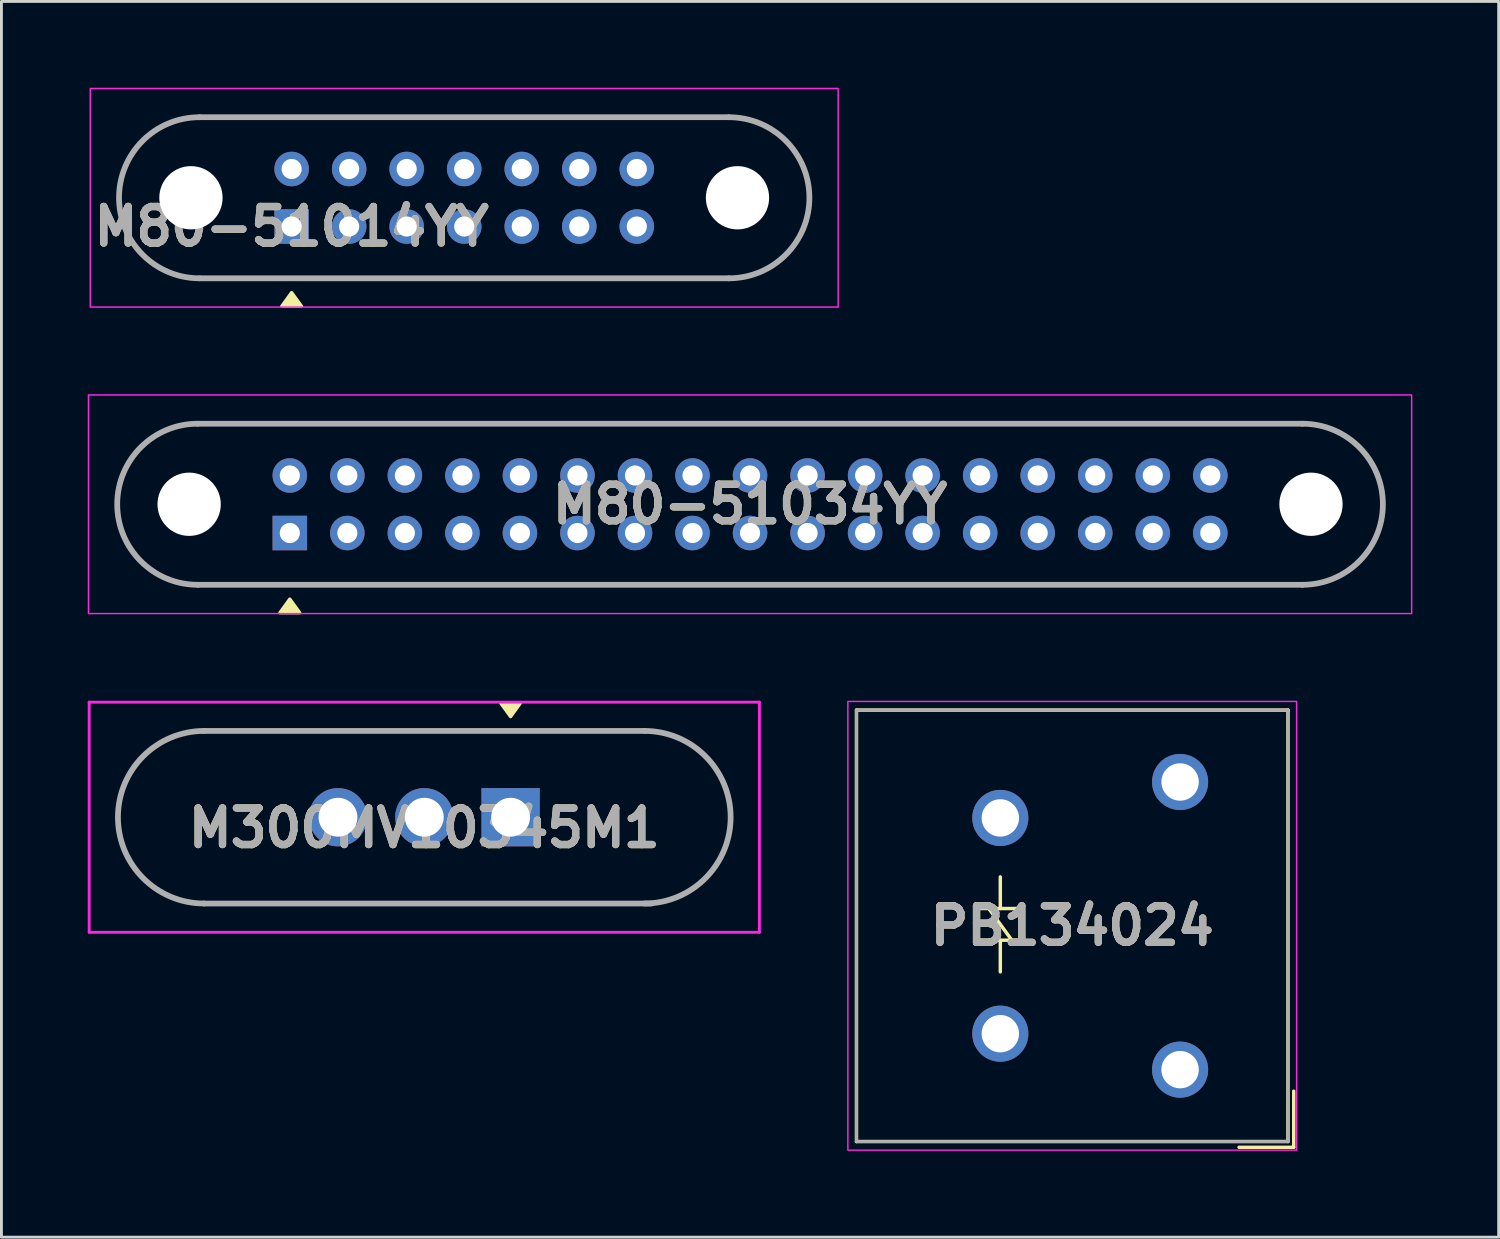
<source format=kicad_pcb>
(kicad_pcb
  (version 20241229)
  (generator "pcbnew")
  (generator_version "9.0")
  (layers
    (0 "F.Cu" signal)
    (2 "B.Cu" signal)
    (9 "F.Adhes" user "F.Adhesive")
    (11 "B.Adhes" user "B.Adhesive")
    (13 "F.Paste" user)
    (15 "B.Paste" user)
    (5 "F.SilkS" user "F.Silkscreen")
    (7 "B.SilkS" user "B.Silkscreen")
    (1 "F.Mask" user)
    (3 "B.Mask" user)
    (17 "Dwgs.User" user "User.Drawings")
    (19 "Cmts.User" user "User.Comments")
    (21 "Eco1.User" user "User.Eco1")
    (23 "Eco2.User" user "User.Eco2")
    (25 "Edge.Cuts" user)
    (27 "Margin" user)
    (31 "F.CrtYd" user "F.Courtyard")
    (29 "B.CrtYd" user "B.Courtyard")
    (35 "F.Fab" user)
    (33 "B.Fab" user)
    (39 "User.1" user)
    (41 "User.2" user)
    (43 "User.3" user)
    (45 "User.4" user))
  (footprint "PB134024"
    (layer "F.Cu")
    (at 34.225 29.135)
    (property "Reference" "PB134024" (at 0 0 0) (layer "F.SilkS") (effects (font (size 1.27 1.27) (thickness 0.254))))
    (attr through_hole)
    (fp_line (start -7.5 -7.5) (end -7.5 7.5) (stroke (width 0.12) (type solid)) (layer "F.SilkS"))
    (fp_line (start -7.5 7.5) (end 7.5 7.5) (stroke (width 0.12) (type solid)) (layer "F.SilkS"))
    (fp_line (start -3.3 -0.6) (end -3.3 0.5) (stroke (width 0.12) (type solid)) (layer "F.SilkS"))
    (fp_line (start -3.3 0.5) (end -1.7 0.5) (stroke (width 0.12) (type solid)) (layer "F.SilkS"))
    (fp_line (start -2.5 -0.6) (end -2.5 -1.7) (stroke (width 0.12) (type solid)) (layer "F.SilkS"))
    (fp_line (start -2.5 0.5) (end -2.5 1.6) (stroke (width 0.12) (type solid)) (layer "F.SilkS"))
    (fp_line (start -2.1 0.5) (end -2.9 -0.6) (stroke (width 0.12) (type solid)) (layer "F.SilkS"))
    (fp_line (start -1.7 -0.6) (end -3.3 -0.6) (stroke (width 0.12) (type solid)) (layer "F.SilkS"))
    (fp_line (start -1.7 0.5) (end -1.7 -0.6) (stroke (width 0.12) (type solid)) (layer "F.SilkS"))
    (fp_line (start 7.5 -7.5) (end -7.5 -7.5) (stroke (width 0.12) (type solid)) (layer "F.SilkS"))
    (fp_line (start 7.5 7.5) (end 7.5 -7.5) (stroke (width 0.12) (type solid)) (layer "F.SilkS"))
    (fp_line (start 7.7 5.75) (end 7.7 7.7) (stroke (width 0.12) (type solid)) (layer "F.SilkS"))
    (fp_line (start 7.7 7.7) (end 5.8 7.7) (stroke (width 0.12) (type solid)) (layer "F.SilkS"))
    (fp_rect (start -7.8 -7.8) (end 7.8 7.8) (stroke (width 0.05) (type default)) (fill no) (layer "F.CrtYd"))
    (fp_line (start -7.5 -7.5) (end -7.5 7.5) (stroke (width 0.1) (type solid)) (layer "F.Fab"))
    (fp_line (start -7.5 7.5) (end 7.5 7.5) (stroke (width 0.1) (type solid)) (layer "F.Fab"))
    (fp_line (start 7.5 -7.5) (end -7.5 -7.5) (stroke (width 0.1) (type solid)) (layer "F.Fab"))
    (fp_line (start 7.5 7.5) (end 7.5 -7.5) (stroke (width 0.1) (type solid)) (layer "F.Fab"))
    (fp_text user "${REFERENCE}" (at 0 0 0) (layer "F.Fab") (effects (font (size 1.27 1.27) (thickness 0.254))))
    (pad "11" thru_hole circle (at 3.75 5) (size 1.95 1.95) (drill 1.3) (layers "*.Cu" "*.Mask"))
    (pad "14" thru_hole circle (at 3.75 -5) (size 1.95 1.95) (drill 1.3) (layers "*.Cu" "*.Mask"))
    (pad "A1" thru_hole circle (at -2.5 3.75) (size 1.95 1.95) (drill 1.3) (layers "*.Cu" "*.Mask"))
    (pad "A2" thru_hole circle (at -2.5 -3.75) (size 1.95 1.95) (drill 1.3) (layers "*.Cu" "*.Mask")))
  (footprint "M300MV10345M1"
    (layer "F.Cu")
    (at 11.7 25.36)
    (property "Reference" "M300MV10345M1" (at 0 0.375 180) (layer "F.SilkS") (effects (font (size 1.27 1.27) (thickness 0.254))))
    (attr through_hole)
    (fp_line (start -7.65 3) (end 7.65 3) (stroke (width 0.1) (type solid)) (layer "F.SilkS"))
    (fp_line (start 7.65 -3) (end -7.65 -3) (stroke (width 0.1) (type solid)) (layer "F.SilkS"))
    (fp_arc (start -7.65 3) (mid -10.65 0) (end -7.65 -3) (stroke (width 0.1) (type default)) (layer "F.SilkS"))
    (fp_arc (start 7.65 -3) (mid 10.65 0) (end 7.65 3) (stroke (width 0.1) (type default)) (layer "F.SilkS"))
    (fp_poly (pts (xy 3 -3.5) (xy 2.66 -3.97) (xy 3.34 -3.97) (xy 3 -3.5)) (stroke (width 0.12) (type solid)) (fill yes) (layer "F.SilkS"))
    (fp_line (start -11.65 -4) (end -11.65 4) (stroke (width 0.1) (type solid)) (layer "F.CrtYd"))
    (fp_line (start -11.65 4) (end 11.65 4) (stroke (width 0.1) (type solid)) (layer "F.CrtYd"))
    (fp_line (start 11.65 -4) (end -11.65 -4) (stroke (width 0.1) (type solid)) (layer "F.CrtYd"))
    (fp_line (start 11.65 4) (end 11.65 -4) (stroke (width 0.1) (type solid)) (layer "F.CrtYd"))
    (fp_line (start -7.65 -3) (end 7.65 -3) (stroke (width 0.2) (type solid)) (layer "F.Fab"))
    (fp_line (start 7.9 3) (end -7.65 3) (stroke (width 0.2) (type solid)) (layer "F.Fab"))
    (fp_arc (start -7.65 3) (mid -10.65 0) (end -7.65 -3) (stroke (width 0.2) (type default)) (layer "F.Fab"))
    (fp_arc (start 7.65 -3) (mid 10.65 0) (end 7.65 3) (stroke (width 0.2) (type default)) (layer "F.Fab"))
    (fp_text user "${REFERENCE}" (at 0 0.375 180) (layer "F.Fab") (effects (font (size 1.27 1.27) (thickness 0.254))))
    (pad "1" thru_hole rect (at 3 0) (size 2.025 2.025) (drill 1.35) (layers "*.Cu" "*.Mask"))
    (pad "2" thru_hole circle (at 0 0) (size 2.025 2.025) (drill 1.35) (layers "*.Cu" "*.Mask"))
    (pad "3" thru_hole circle (at -3 0) (size 2.025 2.025) (drill 1.35) (layers "*.Cu" "*.Mask")))
  (footprint "M80-51034YY"
    (layer "F.Cu")
    (at 23.025 14.48)
    (property "Reference" "M80-51034YY" (at 0 0 0) (layer "F.SilkS") (effects (font (size 1.27 1.27) (thickness 0.254))))
    (attr through_hole)
    (fp_line (start -19.2 -2.8) (end 19.175 -2.8) (stroke (width 0.1) (type solid)) (layer "F.SilkS"))
    (fp_line (start 19.175 2.8) (end -19.2 2.8) (stroke (width 0.1) (type solid)) (layer "F.SilkS"))
    (fp_arc (start -19.199999 2.8) (mid -21.999917 0) (end -19.2 -2.8) (stroke (width 0.1) (type solid)) (layer "F.SilkS"))
    (fp_arc (start 19.175 -2.799999) (mid 22.000111 0) (end 19.175 2.799999) (stroke (width 0.1) (type solid)) (layer "F.SilkS"))
    (fp_poly (pts (xy -16 3.3) (xy -15.66 3.77) (xy -16.34 3.77) (xy -16 3.3)) (stroke (width 0.12) (type solid)) (fill yes) (layer "F.SilkS"))
    (fp_rect (start -23 -3.8) (end 23 3.8) (stroke (width 0.05) (type default)) (fill no) (layer "F.CrtYd"))
    (fp_line (start -19.2 -2.8) (end 19.2 -2.8) (stroke (width 0.2) (type solid)) (layer "F.Fab"))
    (fp_line (start 19.2 2.8) (end -19.2 2.8) (stroke (width 0.2) (type solid)) (layer "F.Fab"))
    (fp_arc (start -19.2 2.8) (mid -22 0) (end -19.2 -2.8) (stroke (width 0.2) (type solid)) (layer "F.Fab"))
    (fp_arc (start 19.2 -2.8) (mid 22 0) (end 19.2 2.8) (stroke (width 0.2) (type solid)) (layer "F.Fab"))
    (fp_text user "${REFERENCE}" (at 0 0 0) (layer "F.Fab") (effects (font (size 1.27 1.27) (thickness 0.254))))
    (pad "" np_thru_hole circle (at -19.5 0) (size 2.2 2.2) (drill 2.2) (layers "*.Cu" "*.Mask"))
    (pad "" np_thru_hole circle (at 19.5 0) (size 2.2 2.2) (drill 2.2) (layers "*.Cu" "*.Mask"))
    (pad "1" thru_hole rect (at -16 1) (size 1.2 1.2) (drill 0.7) (layers "*.Cu" "*.Mask"))
    (pad "2" thru_hole circle (at -14 1) (size 1.2 1.2) (drill 0.7) (layers "*.Cu" "*.Mask"))
    (pad "3" thru_hole circle (at -12 1) (size 1.2 1.2) (drill 0.7) (layers "*.Cu" "*.Mask"))
    (pad "4" thru_hole circle (at -10 1) (size 1.2 1.2) (drill 0.7) (layers "*.Cu" "*.Mask"))
    (pad "5" thru_hole circle (at -8 1) (size 1.2 1.2) (drill 0.7) (layers "*.Cu" "*.Mask"))
    (pad "6" thru_hole circle (at -6 1) (size 1.2 1.2) (drill 0.7) (layers "*.Cu" "*.Mask"))
    (pad "7" thru_hole circle (at -4 1) (size 1.2 1.2) (drill 0.7) (layers "*.Cu" "*.Mask"))
    (pad "8" thru_hole circle (at -2 1) (size 1.2 1.2) (drill 0.7) (layers "*.Cu" "*.Mask"))
    (pad "9" thru_hole circle (at 0 1) (size 1.2 1.2) (drill 0.7) (layers "*.Cu" "*.Mask"))
    (pad "10" thru_hole circle (at 2 1) (size 1.2 1.2) (drill 0.7) (layers "*.Cu" "*.Mask"))
    (pad "11" thru_hole circle (at 4 1) (size 1.2 1.2) (drill 0.7) (layers "*.Cu" "*.Mask"))
    (pad "12" thru_hole circle (at 6 1) (size 1.2 1.2) (drill 0.7) (layers "*.Cu" "*.Mask"))
    (pad "13" thru_hole circle (at 8 1) (size 1.2 1.2) (drill 0.7) (layers "*.Cu" "*.Mask"))
    (pad "14" thru_hole circle (at 10 1) (size 1.2 1.2) (drill 0.7) (layers "*.Cu" "*.Mask"))
    (pad "15" thru_hole circle (at 12 1) (size 1.2 1.2) (drill 0.7) (layers "*.Cu" "*.Mask"))
    (pad "16" thru_hole circle (at 14 1) (size 1.2 1.2) (drill 0.7) (layers "*.Cu" "*.Mask"))
    (pad "17" thru_hole circle (at 16 1) (size 1.2 1.2) (drill 0.7) (layers "*.Cu" "*.Mask"))
    (pad "18" thru_hole circle (at -16 -1) (size 1.2 1.2) (drill 0.7) (layers "*.Cu" "*.Mask"))
    (pad "19" thru_hole circle (at -14 -1) (size 1.2 1.2) (drill 0.7) (layers "*.Cu" "*.Mask"))
    (pad "20" thru_hole circle (at -12 -1) (size 1.2 1.2) (drill 0.7) (layers "*.Cu" "*.Mask"))
    (pad "21" thru_hole circle (at -10 -1) (size 1.2 1.2) (drill 0.7) (layers "*.Cu" "*.Mask"))
    (pad "22" thru_hole circle (at -8 -1) (size 1.2 1.2) (drill 0.7) (layers "*.Cu" "*.Mask"))
    (pad "23" thru_hole circle (at -6 -1) (size 1.2 1.2) (drill 0.7) (layers "*.Cu" "*.Mask"))
    (pad "24" thru_hole circle (at -4 -1) (size 1.2 1.2) (drill 0.7) (layers "*.Cu" "*.Mask"))
    (pad "25" thru_hole circle (at -2 -1) (size 1.2 1.2) (drill 0.7) (layers "*.Cu" "*.Mask"))
    (pad "26" thru_hole circle (at 0 -1) (size 1.2 1.2) (drill 0.7) (layers "*.Cu" "*.Mask"))
    (pad "27" thru_hole circle (at 2 -1) (size 1.2 1.2) (drill 0.7) (layers "*.Cu" "*.Mask"))
    (pad "28" thru_hole circle (at 4 -1) (size 1.2 1.2) (drill 0.7) (layers "*.Cu" "*.Mask"))
    (pad "29" thru_hole circle (at 6 -1) (size 1.2 1.2) (drill 0.7) (layers "*.Cu" "*.Mask"))
    (pad "30" thru_hole circle (at 8 -1) (size 1.2 1.2) (drill 0.7) (layers "*.Cu" "*.Mask"))
    (pad "31" thru_hole circle (at 10 -1) (size 1.2 1.2) (drill 0.7) (layers "*.Cu" "*.Mask"))
    (pad "32" thru_hole circle (at 12 -1) (size 1.2 1.2) (drill 0.7) (layers "*.Cu" "*.Mask"))
    (pad "33" thru_hole circle (at 14 -1) (size 1.2 1.2) (drill 0.7) (layers "*.Cu" "*.Mask"))
    (pad "34" thru_hole circle (at 16 -1) (size 1.2 1.2) (drill 0.7) (layers "*.Cu" "*.Mask")))
  (footprint "M80-51014YY"
    (layer "F.Cu")
    (at 13.088 3.825)
    (property "Reference" "M80-51014YY" (at -6 1 0) (layer "F.SilkS") (effects (font (size 1.27 1.27) (thickness 0.254))))
    (attr through_hole)
    (fp_line (start -9.2 -2.8) (end 9.2 -2.8) (stroke (width 0.1) (type solid)) (layer "F.SilkS"))
    (fp_line (start 9.2 2.8) (end -9.2 2.8) (stroke (width 0.1) (type solid)) (layer "F.SilkS"))
    (fp_arc (start -9.2 2.8) (mid -12 0) (end -9.2 -2.8) (stroke (width 0.1) (type solid)) (layer "F.SilkS"))
    (fp_arc (start 9.2 -2.8) (mid 12 0) (end 9.2 2.8) (stroke (width 0.1) (type solid)) (layer "F.SilkS"))
    (fp_poly (pts (xy -6 3.3) (xy -5.66 3.77) (xy -6.34 3.77) (xy -6 3.3)) (stroke (width 0.12) (type solid)) (fill yes) (layer "F.SilkS"))
    (fp_rect (start -13 -3.8) (end 13 3.8) (stroke (width 0.05) (type default)) (fill no) (layer "F.CrtYd"))
    (fp_line (start -9.2 -2.8) (end 9.2 -2.8) (stroke (width 0.2) (type solid)) (layer "F.Fab"))
    (fp_line (start 9.2 2.8) (end -9.2 2.8) (stroke (width 0.2) (type solid)) (layer "F.Fab"))
    (fp_arc (start -9.2 2.8) (mid -12 0) (end -9.2 -2.8) (stroke (width 0.2) (type solid)) (layer "F.Fab"))
    (fp_arc (start 9.2 -2.8) (mid 12 0) (end 9.2 2.8) (stroke (width 0.2) (type solid)) (layer "F.Fab"))
    (fp_text user "${REFERENCE}" (at -6 1 0) (layer "F.Fab") (effects (font (size 1.27 1.27) (thickness 0.254))))
    (pad "" np_thru_hole circle (at -9.5 0) (size 2.2 2.2) (drill 2.2) (layers "*.Cu" "*.Mask"))
    (pad "" np_thru_hole circle (at 9.5 0) (size 2.2 2.2) (drill 2.2) (layers "*.Cu" "*.Mask"))
    (pad "1" thru_hole rect (at -6 1) (size 1.2 1.2) (drill 0.7) (layers "*.Cu" "*.Mask"))
    (pad "2" thru_hole circle (at -4 1) (size 1.2 1.2) (drill 0.7) (layers "*.Cu" "*.Mask"))
    (pad "3" thru_hole circle (at -2 1) (size 1.2 1.2) (drill 0.7) (layers "*.Cu" "*.Mask"))
    (pad "4" thru_hole circle (at 0 1) (size 1.2 1.2) (drill 0.7) (layers "*.Cu" "*.Mask"))
    (pad "5" thru_hole circle (at 2 1) (size 1.2 1.2) (drill 0.7) (layers "*.Cu" "*.Mask"))
    (pad "6" thru_hole circle (at 4 1) (size 1.2 1.2) (drill 0.7) (layers "*.Cu" "*.Mask"))
    (pad "7" thru_hole circle (at 6 1) (size 1.2 1.2) (drill 0.7) (layers "*.Cu" "*.Mask"))
    (pad "8" thru_hole circle (at -6 -1) (size 1.2 1.2) (drill 0.7) (layers "*.Cu" "*.Mask"))
    (pad "9" thru_hole circle (at -4 -1) (size 1.2 1.2) (drill 0.7) (layers "*.Cu" "*.Mask"))
    (pad "10" thru_hole circle (at -2 -1) (size 1.2 1.2) (drill 0.7) (layers "*.Cu" "*.Mask"))
    (pad "11" thru_hole circle (at 0 -1) (size 1.2 1.2) (drill 0.7) (layers "*.Cu" "*.Mask"))
    (pad "12" thru_hole circle (at 2 -1) (size 1.2 1.2) (drill 0.7) (layers "*.Cu" "*.Mask"))
    (pad "13" thru_hole circle (at 4 -1) (size 1.2 1.2) (drill 0.7) (layers "*.Cu" "*.Mask"))
    (pad "14" thru_hole circle (at 6 -1) (size 1.2 1.2) (drill 0.7) (layers "*.Cu" "*.Mask")))
  (gr_rect
    (start -3 -3)
    (end 49.05 39.96)
    (stroke (width 0.1) (type default))
    (fill no)
    (layer "Edge.Cuts")))
</source>
